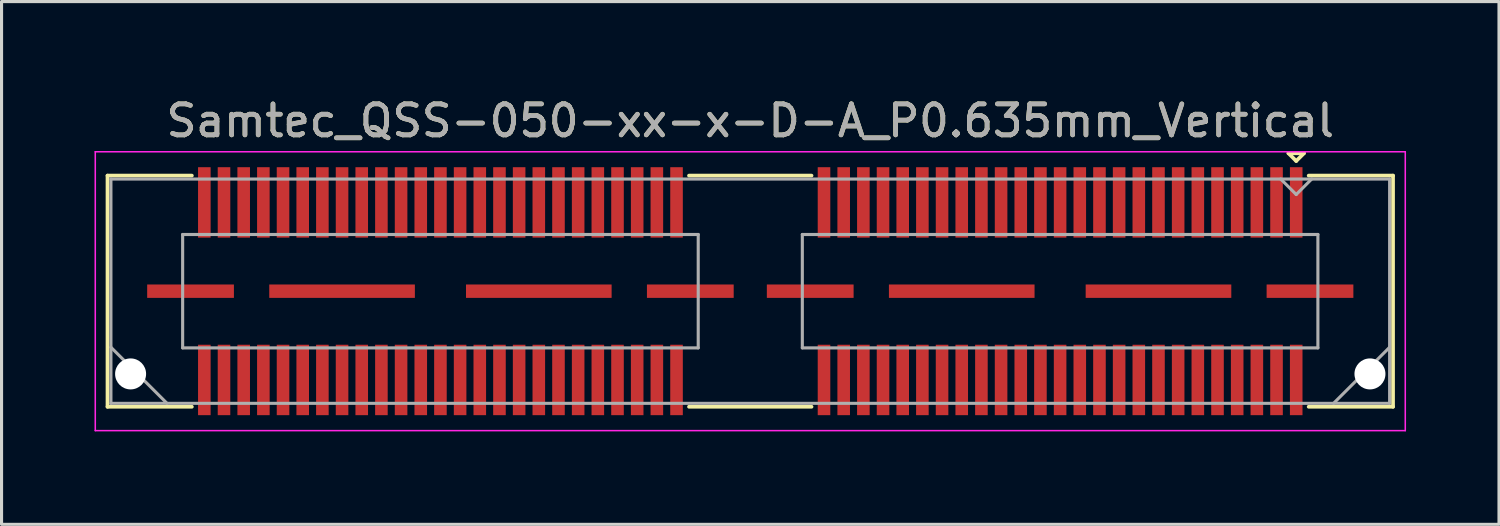
<source format=kicad_pcb>
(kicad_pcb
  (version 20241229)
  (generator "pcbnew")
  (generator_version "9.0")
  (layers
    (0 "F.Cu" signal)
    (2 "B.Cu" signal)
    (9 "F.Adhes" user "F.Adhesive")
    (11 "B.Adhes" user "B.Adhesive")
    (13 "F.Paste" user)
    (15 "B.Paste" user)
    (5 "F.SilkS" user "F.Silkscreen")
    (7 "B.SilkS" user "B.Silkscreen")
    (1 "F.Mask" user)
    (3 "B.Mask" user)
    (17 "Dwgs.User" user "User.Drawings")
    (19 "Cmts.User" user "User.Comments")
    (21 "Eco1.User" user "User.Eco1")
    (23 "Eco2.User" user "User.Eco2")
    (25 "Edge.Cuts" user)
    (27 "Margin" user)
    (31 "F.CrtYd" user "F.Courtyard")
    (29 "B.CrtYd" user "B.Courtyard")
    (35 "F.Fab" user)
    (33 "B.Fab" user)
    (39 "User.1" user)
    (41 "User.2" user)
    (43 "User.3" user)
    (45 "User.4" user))
  (footprint "Samtec_QSS-050-xx-x-D-A_P0.635mm_Vertical"
    (layer "F.Cu")
    (at 21.165 6.348)
    (property "Reference" "Samtec_QSS-050-xx-x-D-A_P0.635mm_Vertical" (at 0 -5.5 0) (layer "F.SilkS") (effects (font (size 1 1) (thickness 0.15))))
    (attr smd)
    (fp_line (start -20.745 -3.73) (end -18.023 -3.73) (stroke (width 0.12) (type solid)) (layer "F.SilkS"))
    (fp_line (start -20.745 3.73) (end -20.745 -3.73) (stroke (width 0.12) (type solid)) (layer "F.SilkS"))
    (fp_line (start -18.023 3.73) (end -20.745 3.73) (stroke (width 0.12) (type solid)) (layer "F.SilkS"))
    (fp_line (start 1.977 -3.73) (end -1.977 -3.73) (stroke (width 0.12) (type solid)) (layer "F.SilkS"))
    (fp_line (start 1.977 3.73) (end -1.977 3.73) (stroke (width 0.12) (type solid)) (layer "F.SilkS"))
    (fp_line (start 17.37 -4.452) (end 17.87 -4.452) (stroke (width 0.12) (type solid)) (layer "F.SilkS"))
    (fp_line (start 17.62 -4.202) (end 17.37 -4.452) (stroke (width 0.12) (type solid)) (layer "F.SilkS"))
    (fp_line (start 17.87 -4.452) (end 17.62 -4.202) (stroke (width 0.12) (type solid)) (layer "F.SilkS"))
    (fp_line (start 18.023 3.73) (end 20.745 3.73) (stroke (width 0.12) (type solid)) (layer "F.SilkS"))
    (fp_line (start 20.745 -3.73) (end 18.023 -3.73) (stroke (width 0.12) (type solid)) (layer "F.SilkS"))
    (fp_line (start 20.745 3.73) (end 20.745 -3.73) (stroke (width 0.12) (type solid)) (layer "F.SilkS"))
    (fp_line (start -21.14 -4.5) (end -21.14 4.5) (stroke (width 0.05) (type solid)) (layer "F.CrtYd"))
    (fp_line (start -21.14 4.5) (end 21.14 4.5) (stroke (width 0.05) (type solid)) (layer "F.CrtYd"))
    (fp_line (start 21.14 -4.5) (end -21.14 -4.5) (stroke (width 0.05) (type solid)) (layer "F.CrtYd"))
    (fp_line (start 21.14 4.5) (end 21.14 -4.5) (stroke (width 0.05) (type solid)) (layer "F.CrtYd"))
    (fp_line (start -20.635 -3.62) (end -20.635 3.62) (stroke (width 0.1) (type solid)) (layer "F.Fab"))
    (fp_line (start -20.635 1.81) (end -18.825 3.62) (stroke (width 0.1) (type solid)) (layer "F.Fab"))
    (fp_line (start -20.635 3.62) (end 20.635 3.62) (stroke (width 0.1) (type solid)) (layer "F.Fab"))
    (fp_line (start -18.32 -1.83) (end -18.32 1.83) (stroke (width 0.1) (type solid)) (layer "F.Fab"))
    (fp_line (start -18.32 1.83) (end -1.68 1.83) (stroke (width 0.1) (type solid)) (layer "F.Fab"))
    (fp_line (start -1.68 -1.83) (end -18.32 -1.83) (stroke (width 0.1) (type solid)) (layer "F.Fab"))
    (fp_line (start -1.68 1.83) (end -1.68 -1.83) (stroke (width 0.1) (type solid)) (layer "F.Fab"))
    (fp_line (start 1.68 -1.83) (end 1.68 1.83) (stroke (width 0.1) (type solid)) (layer "F.Fab"))
    (fp_line (start 1.68 1.83) (end 18.32 1.83) (stroke (width 0.1) (type solid)) (layer "F.Fab"))
    (fp_line (start 17.62 -3.12) (end 17.12 -3.62) (stroke (width 0.1) (type solid)) (layer "F.Fab"))
    (fp_line (start 18.12 -3.62) (end 17.62 -3.12) (stroke (width 0.1) (type solid)) (layer "F.Fab"))
    (fp_line (start 18.32 -1.83) (end 1.68 -1.83) (stroke (width 0.1) (type solid)) (layer "F.Fab"))
    (fp_line (start 18.32 1.83) (end 18.32 -1.83) (stroke (width 0.1) (type solid)) (layer "F.Fab"))
    (fp_line (start 20.635 -3.62) (end -20.635 -3.62) (stroke (width 0.1) (type solid)) (layer "F.Fab"))
    (fp_line (start 20.635 1.81) (end 18.825 3.62) (stroke (width 0.1) (type solid)) (layer "F.Fab"))
    (fp_line (start 20.635 3.62) (end 20.635 -3.62) (stroke (width 0.1) (type solid)) (layer "F.Fab"))
    (fp_text user "${REFERENCE}" (at 0 -5.5 0) (layer "F.Fab") (effects (font (size 1 1) (thickness 0.15))))
    (pad "" np_thru_hole circle (at -20 2.67) (size 1 1) (drill 1) (layers "*.Cu" "*.Mask"))
    (pad "" np_thru_hole circle (at 20 2.67) (size 1 1) (drill 1) (layers "*.Cu" "*.Mask"))
    (pad "1" smd rect (at 17.62 -2.865) (size 0.406 2.273) (layers "F.Cu" "F.Mask" "F.Paste"))
    (pad "2" smd rect (at 17.62 2.865) (size 0.406 2.273) (layers "F.Cu" "F.Mask" "F.Paste"))
    (pad "3" smd rect (at 16.985 -2.865) (size 0.406 2.273) (layers "F.Cu" "F.Mask" "F.Paste"))
    (pad "4" smd rect (at 16.985 2.865) (size 0.406 2.273) (layers "F.Cu" "F.Mask" "F.Paste"))
    (pad "5" smd rect (at 16.35 -2.865) (size 0.406 2.273) (layers "F.Cu" "F.Mask" "F.Paste"))
    (pad "6" smd rect (at 16.35 2.865) (size 0.406 2.273) (layers "F.Cu" "F.Mask" "F.Paste"))
    (pad "7" smd rect (at 15.715 -2.865) (size 0.406 2.273) (layers "F.Cu" "F.Mask" "F.Paste"))
    (pad "8" smd rect (at 15.715 2.865) (size 0.406 2.273) (layers "F.Cu" "F.Mask" "F.Paste"))
    (pad "9" smd rect (at 15.08 -2.865) (size 0.406 2.273) (layers "F.Cu" "F.Mask" "F.Paste"))
    (pad "10" smd rect (at 15.08 2.865) (size 0.406 2.273) (layers "F.Cu" "F.Mask" "F.Paste"))
    (pad "11" smd rect (at 14.445 -2.865) (size 0.406 2.273) (layers "F.Cu" "F.Mask" "F.Paste"))
    (pad "12" smd rect (at 14.445 2.865) (size 0.406 2.273) (layers "F.Cu" "F.Mask" "F.Paste"))
    (pad "13" smd rect (at 13.81 -2.865) (size 0.406 2.273) (layers "F.Cu" "F.Mask" "F.Paste"))
    (pad "14" smd rect (at 13.81 2.865) (size 0.406 2.273) (layers "F.Cu" "F.Mask" "F.Paste"))
    (pad "15" smd rect (at 13.175 -2.865) (size 0.406 2.273) (layers "F.Cu" "F.Mask" "F.Paste"))
    (pad "16" smd rect (at 13.175 2.865) (size 0.406 2.273) (layers "F.Cu" "F.Mask" "F.Paste"))
    (pad "17" smd rect (at 12.54 -2.865) (size 0.406 2.273) (layers "F.Cu" "F.Mask" "F.Paste"))
    (pad "18" smd rect (at 12.54 2.865) (size 0.406 2.273) (layers "F.Cu" "F.Mask" "F.Paste"))
    (pad "19" smd rect (at 11.905 -2.865) (size 0.406 2.273) (layers "F.Cu" "F.Mask" "F.Paste"))
    (pad "20" smd rect (at 11.905 2.865) (size 0.406 2.273) (layers "F.Cu" "F.Mask" "F.Paste"))
    (pad "21" smd rect (at 11.27 -2.865) (size 0.406 2.273) (layers "F.Cu" "F.Mask" "F.Paste"))
    (pad "22" smd rect (at 11.27 2.865) (size 0.406 2.273) (layers "F.Cu" "F.Mask" "F.Paste"))
    (pad "23" smd rect (at 10.635 -2.865) (size 0.406 2.273) (layers "F.Cu" "F.Mask" "F.Paste"))
    (pad "24" smd rect (at 10.635 2.865) (size 0.406 2.273) (layers "F.Cu" "F.Mask" "F.Paste"))
    (pad "25" smd rect (at 10 -2.865) (size 0.406 2.273) (layers "F.Cu" "F.Mask" "F.Paste"))
    (pad "26" smd rect (at 10 2.865) (size 0.406 2.273) (layers "F.Cu" "F.Mask" "F.Paste"))
    (pad "27" smd rect (at 9.365 -2.865) (size 0.406 2.273) (layers "F.Cu" "F.Mask" "F.Paste"))
    (pad "28" smd rect (at 9.365 2.865) (size 0.406 2.273) (layers "F.Cu" "F.Mask" "F.Paste"))
    (pad "29" smd rect (at 8.73 -2.865) (size 0.406 2.273) (layers "F.Cu" "F.Mask" "F.Paste"))
    (pad "30" smd rect (at 8.73 2.865) (size 0.406 2.273) (layers "F.Cu" "F.Mask" "F.Paste"))
    (pad "31" smd rect (at 8.095 -2.865) (size 0.406 2.273) (layers "F.Cu" "F.Mask" "F.Paste"))
    (pad "32" smd rect (at 8.095 2.865) (size 0.406 2.273) (layers "F.Cu" "F.Mask" "F.Paste"))
    (pad "33" smd rect (at 7.46 -2.865) (size 0.406 2.273) (layers "F.Cu" "F.Mask" "F.Paste"))
    (pad "34" smd rect (at 7.46 2.865) (size 0.406 2.273) (layers "F.Cu" "F.Mask" "F.Paste"))
    (pad "35" smd rect (at 6.825 -2.865) (size 0.406 2.273) (layers "F.Cu" "F.Mask" "F.Paste"))
    (pad "36" smd rect (at 6.825 2.865) (size 0.406 2.273) (layers "F.Cu" "F.Mask" "F.Paste"))
    (pad "37" smd rect (at 6.19 -2.865) (size 0.406 2.273) (layers "F.Cu" "F.Mask" "F.Paste"))
    (pad "38" smd rect (at 6.19 2.865) (size 0.406 2.273) (layers "F.Cu" "F.Mask" "F.Paste"))
    (pad "39" smd rect (at 5.555 -2.865) (size 0.406 2.273) (layers "F.Cu" "F.Mask" "F.Paste"))
    (pad "40" smd rect (at 5.555 2.865) (size 0.406 2.273) (layers "F.Cu" "F.Mask" "F.Paste"))
    (pad "41" smd rect (at 4.92 -2.865) (size 0.406 2.273) (layers "F.Cu" "F.Mask" "F.Paste"))
    (pad "42" smd rect (at 4.92 2.865) (size 0.406 2.273) (layers "F.Cu" "F.Mask" "F.Paste"))
    (pad "43" smd rect (at 4.285 -2.865) (size 0.406 2.273) (layers "F.Cu" "F.Mask" "F.Paste"))
    (pad "44" smd rect (at 4.285 2.865) (size 0.406 2.273) (layers "F.Cu" "F.Mask" "F.Paste"))
    (pad "45" smd rect (at 3.65 -2.865) (size 0.406 2.273) (layers "F.Cu" "F.Mask" "F.Paste"))
    (pad "46" smd rect (at 3.65 2.865) (size 0.406 2.273) (layers "F.Cu" "F.Mask" "F.Paste"))
    (pad "47" smd rect (at 3.015 -2.865) (size 0.406 2.273) (layers "F.Cu" "F.Mask" "F.Paste"))
    (pad "48" smd rect (at 3.015 2.865) (size 0.406 2.273) (layers "F.Cu" "F.Mask" "F.Paste"))
    (pad "49" smd rect (at 2.38 -2.865) (size 0.406 2.273) (layers "F.Cu" "F.Mask" "F.Paste"))
    (pad "50" smd rect (at 2.38 2.865) (size 0.406 2.273) (layers "F.Cu" "F.Mask" "F.Paste"))
    (pad "51" smd rect (at -2.38 -2.865) (size 0.406 2.273) (layers "F.Cu" "F.Mask" "F.Paste"))
    (pad "52" smd rect (at -2.38 2.865) (size 0.406 2.273) (layers "F.Cu" "F.Mask" "F.Paste"))
    (pad "53" smd rect (at -3.015 -2.865) (size 0.406 2.273) (layers "F.Cu" "F.Mask" "F.Paste"))
    (pad "54" smd rect (at -3.015 2.865) (size 0.406 2.273) (layers "F.Cu" "F.Mask" "F.Paste"))
    (pad "55" smd rect (at -3.65 -2.865) (size 0.406 2.273) (layers "F.Cu" "F.Mask" "F.Paste"))
    (pad "56" smd rect (at -3.65 2.865) (size 0.406 2.273) (layers "F.Cu" "F.Mask" "F.Paste"))
    (pad "57" smd rect (at -4.285 -2.865) (size 0.406 2.273) (layers "F.Cu" "F.Mask" "F.Paste"))
    (pad "58" smd rect (at -4.285 2.865) (size 0.406 2.273) (layers "F.Cu" "F.Mask" "F.Paste"))
    (pad "59" smd rect (at -4.92 -2.865) (size 0.406 2.273) (layers "F.Cu" "F.Mask" "F.Paste"))
    (pad "60" smd rect (at -4.92 2.865) (size 0.406 2.273) (layers "F.Cu" "F.Mask" "F.Paste"))
    (pad "61" smd rect (at -5.555 -2.865) (size 0.406 2.273) (layers "F.Cu" "F.Mask" "F.Paste"))
    (pad "62" smd rect (at -5.555 2.865) (size 0.406 2.273) (layers "F.Cu" "F.Mask" "F.Paste"))
    (pad "63" smd rect (at -6.19 -2.865) (size 0.406 2.273) (layers "F.Cu" "F.Mask" "F.Paste"))
    (pad "64" smd rect (at -6.19 2.865) (size 0.406 2.273) (layers "F.Cu" "F.Mask" "F.Paste"))
    (pad "65" smd rect (at -6.825 -2.865) (size 0.406 2.273) (layers "F.Cu" "F.Mask" "F.Paste"))
    (pad "66" smd rect (at -6.825 2.865) (size 0.406 2.273) (layers "F.Cu" "F.Mask" "F.Paste"))
    (pad "67" smd rect (at -7.46 -2.865) (size 0.406 2.273) (layers "F.Cu" "F.Mask" "F.Paste"))
    (pad "68" smd rect (at -7.46 2.865) (size 0.406 2.273) (layers "F.Cu" "F.Mask" "F.Paste"))
    (pad "69" smd rect (at -8.095 -2.865) (size 0.406 2.273) (layers "F.Cu" "F.Mask" "F.Paste"))
    (pad "70" smd rect (at -8.095 2.865) (size 0.406 2.273) (layers "F.Cu" "F.Mask" "F.Paste"))
    (pad "71" smd rect (at -8.73 -2.865) (size 0.406 2.273) (layers "F.Cu" "F.Mask" "F.Paste"))
    (pad "72" smd rect (at -8.73 2.865) (size 0.406 2.273) (layers "F.Cu" "F.Mask" "F.Paste"))
    (pad "73" smd rect (at -9.365 -2.865) (size 0.406 2.273) (layers "F.Cu" "F.Mask" "F.Paste"))
    (pad "74" smd rect (at -9.365 2.865) (size 0.406 2.273) (layers "F.Cu" "F.Mask" "F.Paste"))
    (pad "75" smd rect (at -10 -2.865) (size 0.406 2.273) (layers "F.Cu" "F.Mask" "F.Paste"))
    (pad "76" smd rect (at -10 2.865) (size 0.406 2.273) (layers "F.Cu" "F.Mask" "F.Paste"))
    (pad "77" smd rect (at -10.635 -2.865) (size 0.406 2.273) (layers "F.Cu" "F.Mask" "F.Paste"))
    (pad "78" smd rect (at -10.635 2.865) (size 0.406 2.273) (layers "F.Cu" "F.Mask" "F.Paste"))
    (pad "79" smd rect (at -11.27 -2.865) (size 0.406 2.273) (layers "F.Cu" "F.Mask" "F.Paste"))
    (pad "80" smd rect (at -11.27 2.865) (size 0.406 2.273) (layers "F.Cu" "F.Mask" "F.Paste"))
    (pad "81" smd rect (at -11.905 -2.865) (size 0.406 2.273) (layers "F.Cu" "F.Mask" "F.Paste"))
    (pad "82" smd rect (at -11.905 2.865) (size 0.406 2.273) (layers "F.Cu" "F.Mask" "F.Paste"))
    (pad "83" smd rect (at -12.54 -2.865) (size 0.406 2.273) (layers "F.Cu" "F.Mask" "F.Paste"))
    (pad "84" smd rect (at -12.54 2.865) (size 0.406 2.273) (layers "F.Cu" "F.Mask" "F.Paste"))
    (pad "85" smd rect (at -13.175 -2.865) (size 0.406 2.273) (layers "F.Cu" "F.Mask" "F.Paste"))
    (pad "86" smd rect (at -13.175 2.865) (size 0.406 2.273) (layers "F.Cu" "F.Mask" "F.Paste"))
    (pad "87" smd rect (at -13.81 -2.865) (size 0.406 2.273) (layers "F.Cu" "F.Mask" "F.Paste"))
    (pad "88" smd rect (at -13.81 2.865) (size 0.406 2.273) (layers "F.Cu" "F.Mask" "F.Paste"))
    (pad "89" smd rect (at -14.445 -2.865) (size 0.406 2.273) (layers "F.Cu" "F.Mask" "F.Paste"))
    (pad "90" smd rect (at -14.445 2.865) (size 0.406 2.273) (layers "F.Cu" "F.Mask" "F.Paste"))
    (pad "91" smd rect (at -15.08 -2.865) (size 0.406 2.273) (layers "F.Cu" "F.Mask" "F.Paste"))
    (pad "92" smd rect (at -15.08 2.865) (size 0.406 2.273) (layers "F.Cu" "F.Mask" "F.Paste"))
    (pad "93" smd rect (at -15.715 -2.865) (size 0.406 2.273) (layers "F.Cu" "F.Mask" "F.Paste"))
    (pad "94" smd rect (at -15.715 2.865) (size 0.406 2.273) (layers "F.Cu" "F.Mask" "F.Paste"))
    (pad "95" smd rect (at -16.35 -2.865) (size 0.406 2.273) (layers "F.Cu" "F.Mask" "F.Paste"))
    (pad "96" smd rect (at -16.35 2.865) (size 0.406 2.273) (layers "F.Cu" "F.Mask" "F.Paste"))
    (pad "97" smd rect (at -16.985 -2.865) (size 0.406 2.273) (layers "F.Cu" "F.Mask" "F.Paste"))
    (pad "98" smd rect (at -16.985 2.865) (size 0.406 2.273) (layers "F.Cu" "F.Mask" "F.Paste"))
    (pad "99" smd rect (at -17.62 -2.865) (size 0.406 2.273) (layers "F.Cu" "F.Mask" "F.Paste"))
    (pad "100" smd rect (at -17.62 2.865) (size 0.406 2.273) (layers "F.Cu" "F.Mask" "F.Paste"))
    (pad "P1" smd rect (at 1.935 0) (size 2.8 0.432) (layers "F.Cu" "F.Mask" "F.Paste"))
    (pad "P1" smd rect (at 6.825 0) (size 4.7 0.432) (layers "F.Cu" "F.Mask" "F.Paste"))
    (pad "P1" smd rect (at 13.175 0) (size 4.7 0.432) (layers "F.Cu" "F.Mask" "F.Paste"))
    (pad "P1" smd rect (at 18.065 0) (size 2.8 0.432) (layers "F.Cu" "F.Mask" "F.Paste"))
    (pad "P2" smd rect (at -18.065 0) (size 2.8 0.432) (layers "F.Cu" "F.Mask" "F.Paste"))
    (pad "P2" smd rect (at -13.175 0) (size 4.7 0.432) (layers "F.Cu" "F.Mask" "F.Paste"))
    (pad "P2" smd rect (at -6.825 0) (size 4.7 0.432) (layers "F.Cu" "F.Mask" "F.Paste"))
    (pad "P2" smd rect (at -1.935 0) (size 2.8 0.432) (layers "F.Cu" "F.Mask" "F.Paste")))
  (gr_rect
    (start -3 -3)
    (end 45.33 13.873)
    (stroke (width 0.1) (type default))
    (fill no)
    (layer "Edge.Cuts")))
</source>
